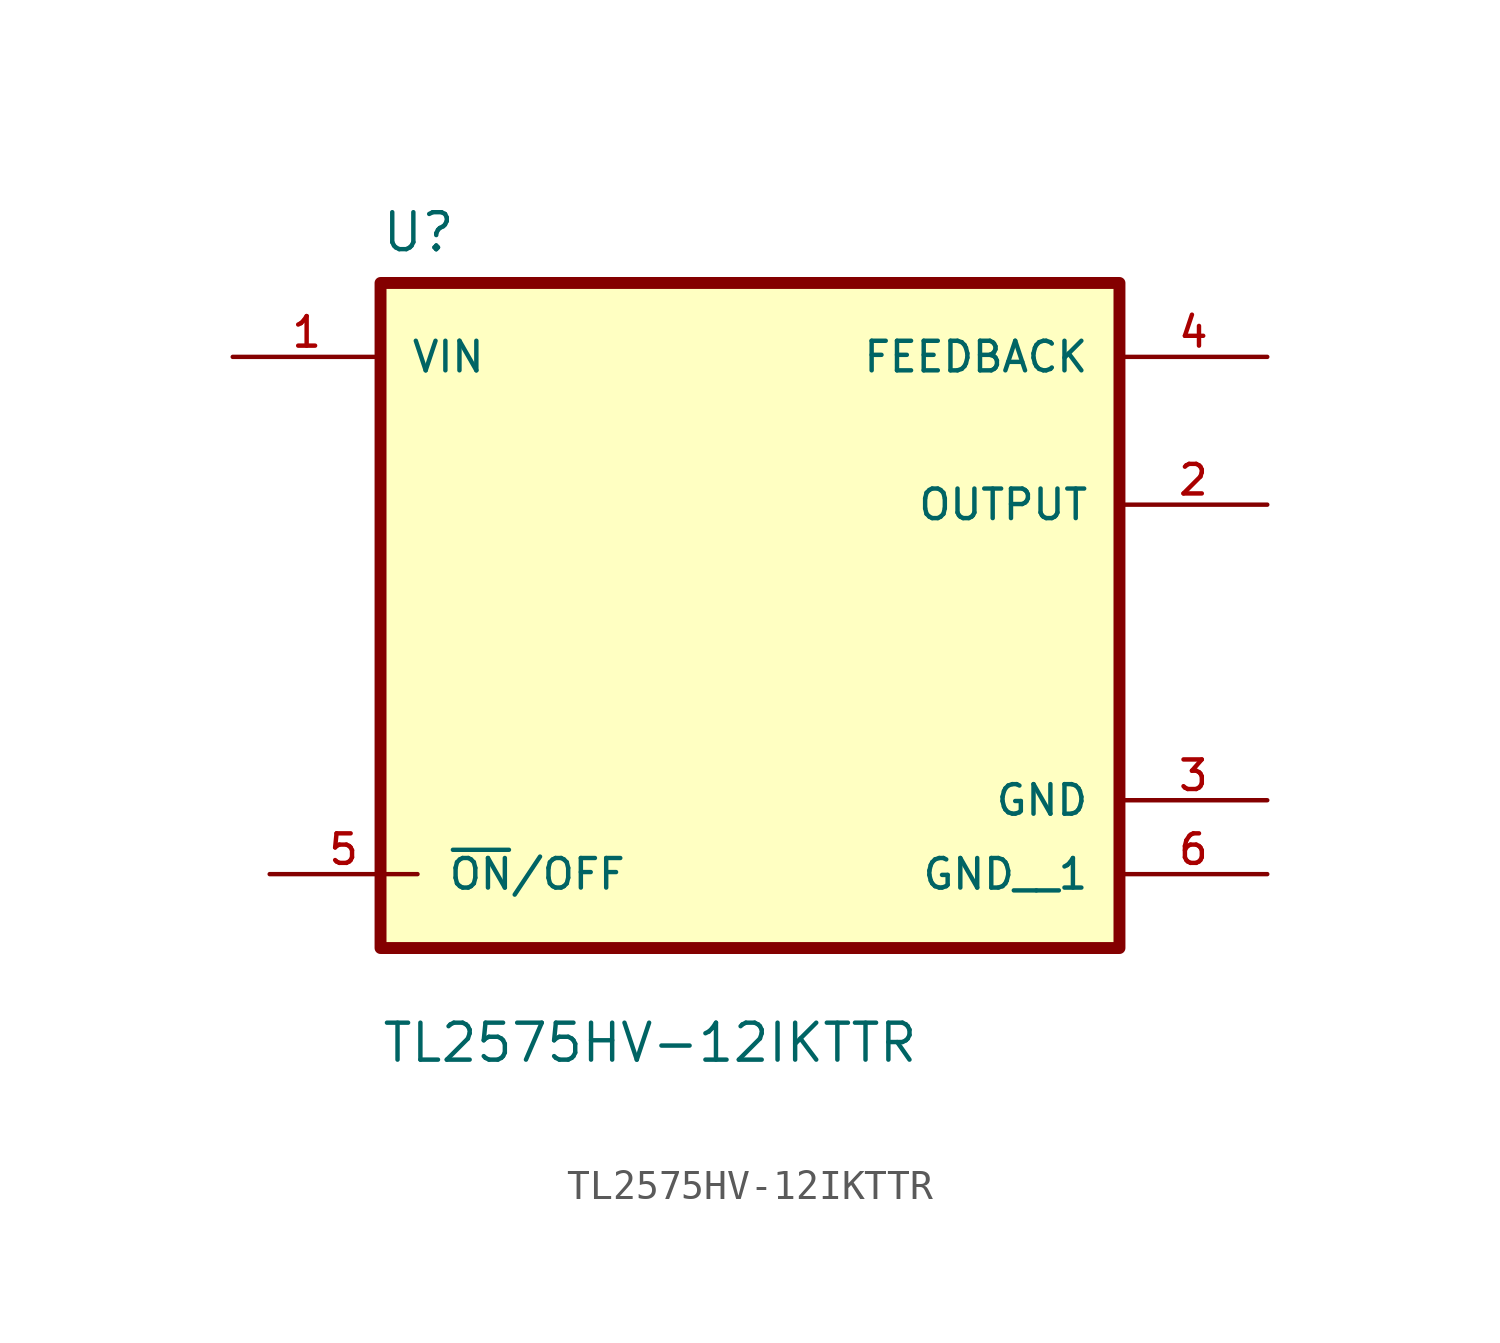
<source format=kicad_sym>
(kicad_symbol_lib
  (version 20231120)
  (generator "kicad_symbol_editor")
  (generator_version "8.0")
  (symbol "TL2575HV-12IKTTR"
    (pin_names
      (offset 1.016))
    (property "Reference" "U"
      (at -12.7 11.16 0)
      (effects (font (size 1.27 1.27)) (justify left bottom)))
    (property "Value" "TL2575HV-12IKTTR"
      (at -12.7 -16.7 0)
      (effects (font (size 1.27 1.27)) (justify left bottom)))
    (symbol "TL2575HV-12IKTTR_0_0"
      (rectangle (start -12.7 -12.7) (end 12.7 10.16) (stroke (width 0.41) (type default)) (fill (type background)))
      (pin input line (at -17.78 7.62 0) (length 5.08) (name "VIN" (effects (font (size 1.016 1.016)))) (number "1" (effects (font (size 1.016 1.016)))))
      (pin output line (at 17.78 2.54 180) (length 5.08) (name "OUTPUT" (effects (font (size 1.016 1.016)))) (number "2" (effects (font (size 1.016 1.016)))))
      (pin power_in line (at 17.78 -7.62 180) (length 5.08) (name "GND" (effects (font (size 1.016 1.016)))) (number "3" (effects (font (size 1.016 1.016)))))
      (pin bidirectional line (at 17.78 7.62 180) (length 5.08) (name "FEEDBACK" (effects (font (size 1.016 1.016)))) (number "4" (effects (font (size 1.016 1.016)))))
      (pin input line (at -16.51 -10.16 0) (length 5.08) (name "~{ON}/OFF" (effects (font (size 1.016 1.016)))) (number "5" (effects (font (size 1.016 1.016)))))
      (pin power_in line (at 17.78 -10.16 180) (length 5.08) (name "GND__1" (effects (font (size 1.016 1.016)))) (number "6" (effects (font (size 1.016 1.016))))))))
</source>
